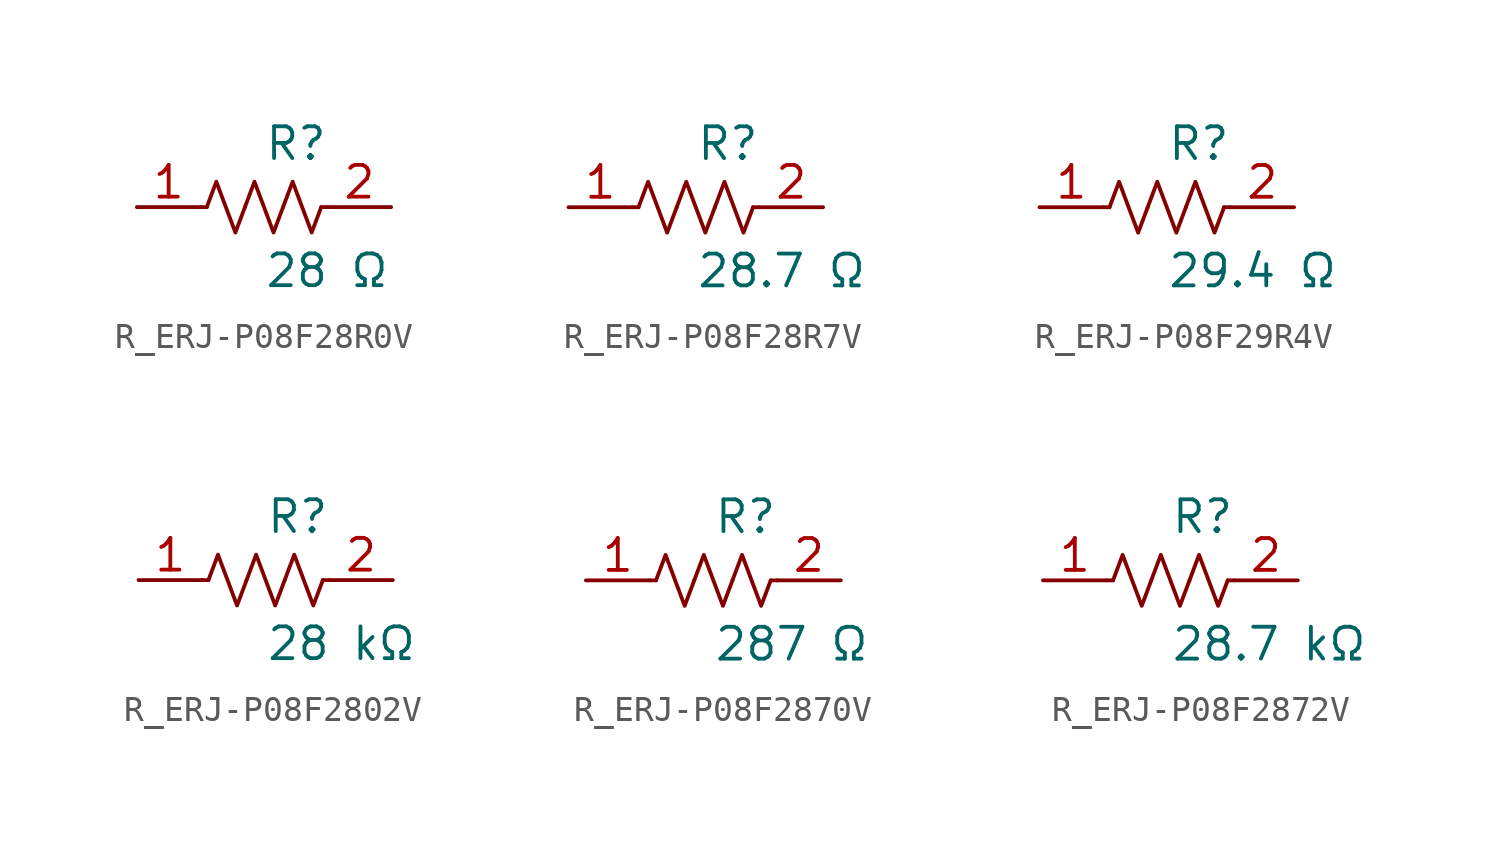
<source format=kicad_sym>
(kicad_symbol_lib
  (version 20231120)
  (generator kicad_symbol_editor)
  (generator_version 8.0)
  (symbol "R_ERJ-P08F28R0V"
    (pin_names
      (offset 0.254))
    (property "Reference" "R"
      (at 0.0 2.54 0)
      (effects (font (size 1.27 1.27)) (justify left)))
    (property "Value" "28 Ω"
      (at 0.0 -2.54 0)
      (effects (font (size 1.27 1.27)) (justify left)))
    (symbol "R_ERJ-P08F28R0V_0_1"
      (polyline (pts (xy 2.286 0) (xy 2.54 0)) (stroke (width 0) (type default)) (fill (type none)))
      (polyline (pts (xy -2.286 0) (xy -2.54 0)) (stroke (width 0) (type default)) (fill (type none)))
      (polyline (pts (xy 0.762 0) (xy 1.143 1.016) (xy 1.524 0) (xy 1.905 -1.016) (xy 2.286 0)) (stroke (width 0) (type default)) (fill (type none)))
      (polyline (pts (xy -0.762 0) (xy -0.381 1.016) (xy 0 0) (xy 0.381 -1.016) (xy 0.762 0)) (stroke (width 0) (type default)) (fill (type none)))
      (polyline (pts (xy -2.286 0) (xy -1.905 1.016) (xy -1.524 0) (xy -1.143 -1.016) (xy -0.762 0)) (stroke (width 0) (type default)) (fill (type none))))
    (pin unspecified line
      (at -5.08 0 0)
      (length 2.54)
      (name "" (effects (font (size 1.27 1.27))))
      (number "1" (effects (font (size 1.27 1.27)))))
    (pin unspecified line
      (at 5.08 0 180)
      (length 2.54)
      (name "" (effects (font (size 1.27 1.27))))
      (number "2" (effects (font (size 1.27 1.27))))))
  (symbol "R_ERJ-P08F28R7V"
    (pin_names
      (offset 0.254))
    (property "Reference" "R"
      (at 0.0 2.54 0)
      (effects (font (size 1.27 1.27)) (justify left)))
    (property "Value" "28.7 Ω"
      (at 0.0 -2.54 0)
      (effects (font (size 1.27 1.27)) (justify left)))
    (symbol "R_ERJ-P08F28R7V_0_1"
      (polyline (pts (xy 2.286 0) (xy 2.54 0)) (stroke (width 0) (type default)) (fill (type none)))
      (polyline (pts (xy -2.286 0) (xy -2.54 0)) (stroke (width 0) (type default)) (fill (type none)))
      (polyline (pts (xy 0.762 0) (xy 1.143 1.016) (xy 1.524 0) (xy 1.905 -1.016) (xy 2.286 0)) (stroke (width 0) (type default)) (fill (type none)))
      (polyline (pts (xy -0.762 0) (xy -0.381 1.016) (xy 0 0) (xy 0.381 -1.016) (xy 0.762 0)) (stroke (width 0) (type default)) (fill (type none)))
      (polyline (pts (xy -2.286 0) (xy -1.905 1.016) (xy -1.524 0) (xy -1.143 -1.016) (xy -0.762 0)) (stroke (width 0) (type default)) (fill (type none))))
    (pin unspecified line
      (at -5.08 0 0)
      (length 2.54)
      (name "" (effects (font (size 1.27 1.27))))
      (number "1" (effects (font (size 1.27 1.27)))))
    (pin unspecified line
      (at 5.08 0 180)
      (length 2.54)
      (name "" (effects (font (size 1.27 1.27))))
      (number "2" (effects (font (size 1.27 1.27))))))
  (symbol "R_ERJ-P08F29R4V"
    (pin_names
      (offset 0.254))
    (property "Reference" "R"
      (at 0.0 2.54 0)
      (effects (font (size 1.27 1.27)) (justify left)))
    (property "Value" "29.4 Ω"
      (at 0.0 -2.54 0)
      (effects (font (size 1.27 1.27)) (justify left)))
    (symbol "R_ERJ-P08F29R4V_0_1"
      (polyline (pts (xy 2.286 0) (xy 2.54 0)) (stroke (width 0) (type default)) (fill (type none)))
      (polyline (pts (xy -2.286 0) (xy -2.54 0)) (stroke (width 0) (type default)) (fill (type none)))
      (polyline (pts (xy 0.762 0) (xy 1.143 1.016) (xy 1.524 0) (xy 1.905 -1.016) (xy 2.286 0)) (stroke (width 0) (type default)) (fill (type none)))
      (polyline (pts (xy -0.762 0) (xy -0.381 1.016) (xy 0 0) (xy 0.381 -1.016) (xy 0.762 0)) (stroke (width 0) (type default)) (fill (type none)))
      (polyline (pts (xy -2.286 0) (xy -1.905 1.016) (xy -1.524 0) (xy -1.143 -1.016) (xy -0.762 0)) (stroke (width 0) (type default)) (fill (type none))))
    (pin unspecified line
      (at -5.08 0 0)
      (length 2.54)
      (name "" (effects (font (size 1.27 1.27))))
      (number "1" (effects (font (size 1.27 1.27)))))
    (pin unspecified line
      (at 5.08 0 180)
      (length 2.54)
      (name "" (effects (font (size 1.27 1.27))))
      (number "2" (effects (font (size 1.27 1.27))))))
  (symbol "R_ERJ-P08F2802V"
    (pin_names
      (offset 0.254))
    (property "Reference" "R"
      (at 0.0 2.54 0)
      (effects (font (size 1.27 1.27)) (justify left)))
    (property "Value" "28 kΩ"
      (at 0.0 -2.54 0)
      (effects (font (size 1.27 1.27)) (justify left)))
    (symbol "R_ERJ-P08F2802V_0_1"
      (polyline (pts (xy 2.286 0) (xy 2.54 0)) (stroke (width 0) (type default)) (fill (type none)))
      (polyline (pts (xy -2.286 0) (xy -2.54 0)) (stroke (width 0) (type default)) (fill (type none)))
      (polyline (pts (xy 0.762 0) (xy 1.143 1.016) (xy 1.524 0) (xy 1.905 -1.016) (xy 2.286 0)) (stroke (width 0) (type default)) (fill (type none)))
      (polyline (pts (xy -0.762 0) (xy -0.381 1.016) (xy 0 0) (xy 0.381 -1.016) (xy 0.762 0)) (stroke (width 0) (type default)) (fill (type none)))
      (polyline (pts (xy -2.286 0) (xy -1.905 1.016) (xy -1.524 0) (xy -1.143 -1.016) (xy -0.762 0)) (stroke (width 0) (type default)) (fill (type none))))
    (pin unspecified line
      (at -5.08 0 0)
      (length 2.54)
      (name "" (effects (font (size 1.27 1.27))))
      (number "1" (effects (font (size 1.27 1.27)))))
    (pin unspecified line
      (at 5.08 0 180)
      (length 2.54)
      (name "" (effects (font (size 1.27 1.27))))
      (number "2" (effects (font (size 1.27 1.27))))))
  (symbol "R_ERJ-P08F2870V"
    (pin_names
      (offset 0.254))
    (property "Reference" "R"
      (at 0.0 2.54 0)
      (effects (font (size 1.27 1.27)) (justify left)))
    (property "Value" "287 Ω"
      (at 0.0 -2.54 0)
      (effects (font (size 1.27 1.27)) (justify left)))
    (symbol "R_ERJ-P08F2870V_0_1"
      (polyline (pts (xy 2.286 0) (xy 2.54 0)) (stroke (width 0) (type default)) (fill (type none)))
      (polyline (pts (xy -2.286 0) (xy -2.54 0)) (stroke (width 0) (type default)) (fill (type none)))
      (polyline (pts (xy 0.762 0) (xy 1.143 1.016) (xy 1.524 0) (xy 1.905 -1.016) (xy 2.286 0)) (stroke (width 0) (type default)) (fill (type none)))
      (polyline (pts (xy -0.762 0) (xy -0.381 1.016) (xy 0 0) (xy 0.381 -1.016) (xy 0.762 0)) (stroke (width 0) (type default)) (fill (type none)))
      (polyline (pts (xy -2.286 0) (xy -1.905 1.016) (xy -1.524 0) (xy -1.143 -1.016) (xy -0.762 0)) (stroke (width 0) (type default)) (fill (type none))))
    (pin unspecified line
      (at -5.08 0 0)
      (length 2.54)
      (name "" (effects (font (size 1.27 1.27))))
      (number "1" (effects (font (size 1.27 1.27)))))
    (pin unspecified line
      (at 5.08 0 180)
      (length 2.54)
      (name "" (effects (font (size 1.27 1.27))))
      (number "2" (effects (font (size 1.27 1.27))))))
  (symbol "R_ERJ-P08F2872V"
    (pin_names
      (offset 0.254))
    (property "Reference" "R"
      (at 0.0 2.54 0)
      (effects (font (size 1.27 1.27)) (justify left)))
    (property "Value" "28.7 kΩ"
      (at 0.0 -2.54 0)
      (effects (font (size 1.27 1.27)) (justify left)))
    (symbol "R_ERJ-P08F2872V_0_1"
      (polyline (pts (xy 2.286 0) (xy 2.54 0)) (stroke (width 0) (type default)) (fill (type none)))
      (polyline (pts (xy -2.286 0) (xy -2.54 0)) (stroke (width 0) (type default)) (fill (type none)))
      (polyline (pts (xy 0.762 0) (xy 1.143 1.016) (xy 1.524 0) (xy 1.905 -1.016) (xy 2.286 0)) (stroke (width 0) (type default)) (fill (type none)))
      (polyline (pts (xy -0.762 0) (xy -0.381 1.016) (xy 0 0) (xy 0.381 -1.016) (xy 0.762 0)) (stroke (width 0) (type default)) (fill (type none)))
      (polyline (pts (xy -2.286 0) (xy -1.905 1.016) (xy -1.524 0) (xy -1.143 -1.016) (xy -0.762 0)) (stroke (width 0) (type default)) (fill (type none))))
    (pin unspecified line
      (at -5.08 0 0)
      (length 2.54)
      (name "" (effects (font (size 1.27 1.27))))
      (number "1" (effects (font (size 1.27 1.27)))))
    (pin unspecified line
      (at 5.08 0 180)
      (length 2.54)
      (name "" (effects (font (size 1.27 1.27))))
      (number "2" (effects (font (size 1.27 1.27)))))))
</source>
